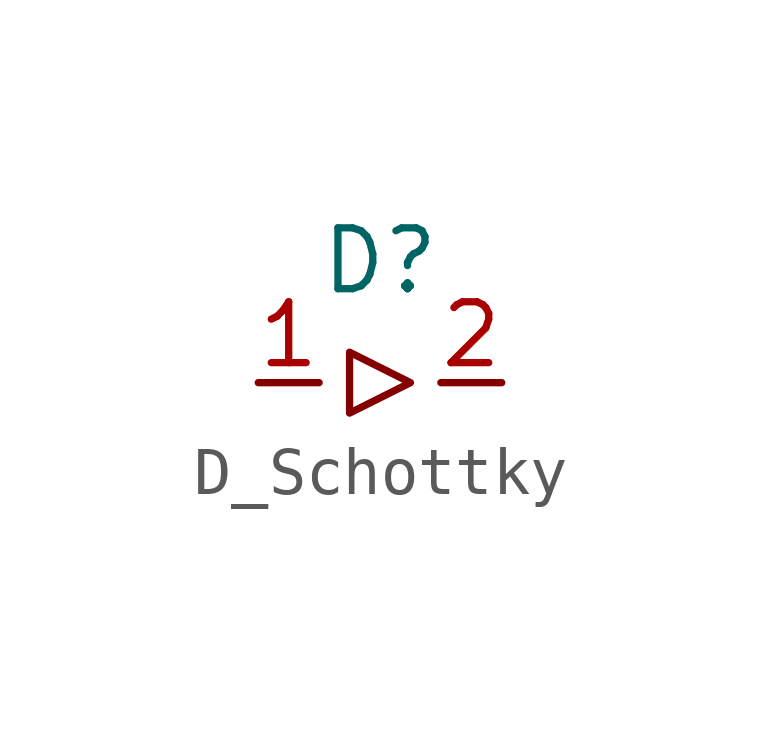
<source format=kicad_sym>
(kicad_symbol_lib
  (version 20231120)
  (generator "kicad_symbol_editor")
  (generator_version "8.0")
  (symbol "D_Schottky"
    (property "Reference" "D"
      (at 0 2.54 0)
      (effects (font (size 1.27 1.27))))
    (property "Value" ""
      (at 0 0 0)
      (effects (font (size 1.27 1.27))))
    (symbol "D_Schottky_0_1"
      (polyline (pts (xy -0.635 0.635) (xy -0.635 -0.635) (xy 0.635 0) (xy -0.635 0.635)) (stroke (width 0) (type default)) (fill (type none))))
    (symbol "D_Schottky_1_0"
      (pin passive line (at -2.54 0 0) (length 1.27) (name "" (effects (font (size 1.27 1.27)))) (number "1" (effects (font (size 1.27 1.27)))))
      (pin passive line (at 2.54 0 180) (length 1.27) (name "" (effects (font (size 1.27 1.27)))) (number "2" (effects (font (size 1.27 1.27))))))))
</source>
